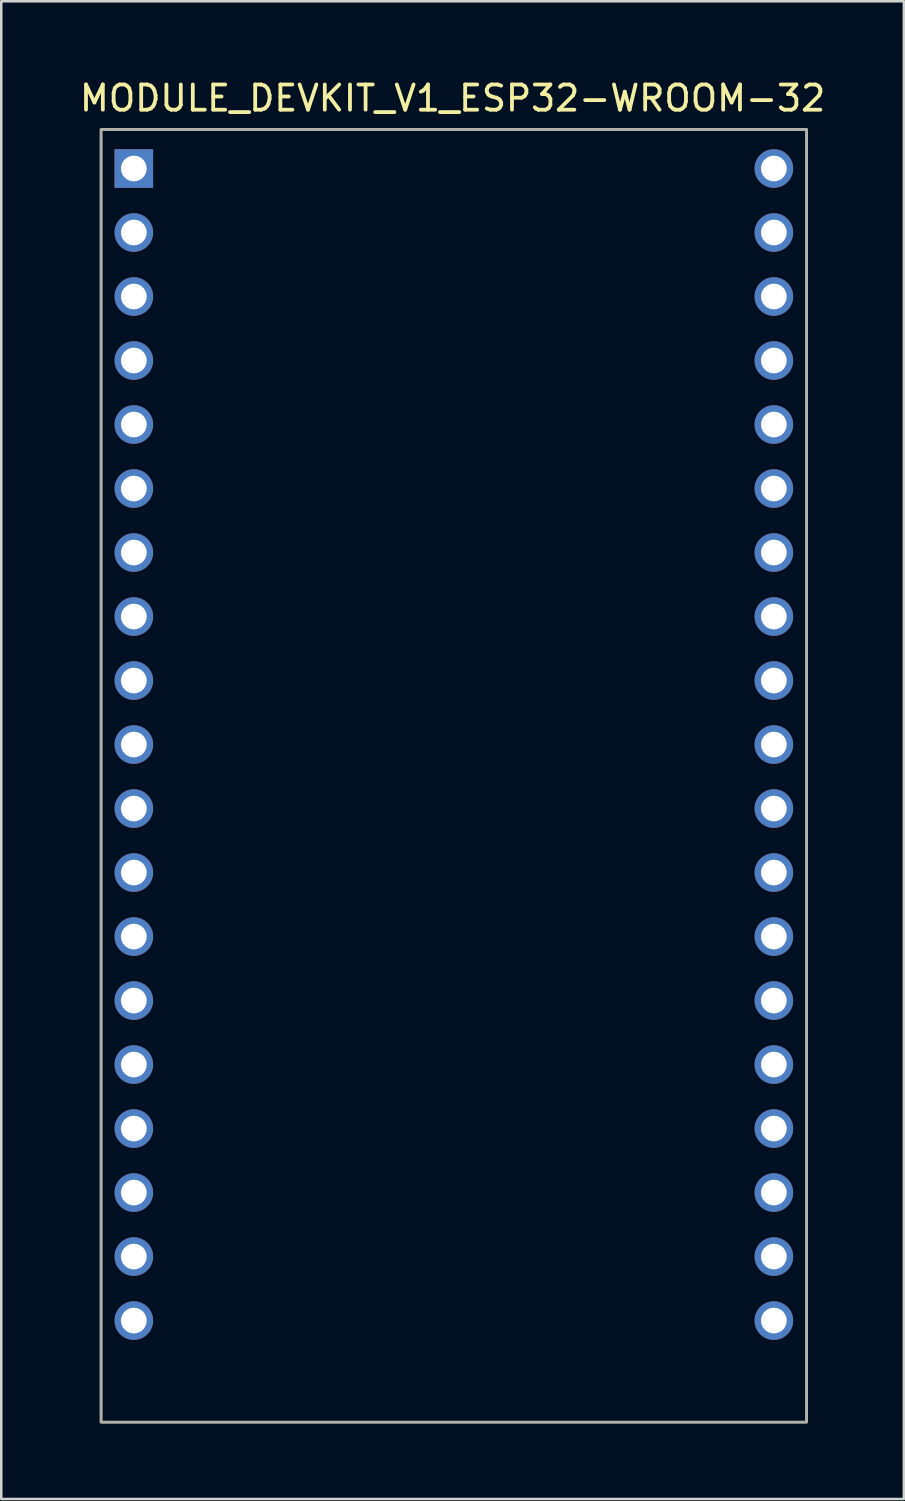
<source format=kicad_pcb>
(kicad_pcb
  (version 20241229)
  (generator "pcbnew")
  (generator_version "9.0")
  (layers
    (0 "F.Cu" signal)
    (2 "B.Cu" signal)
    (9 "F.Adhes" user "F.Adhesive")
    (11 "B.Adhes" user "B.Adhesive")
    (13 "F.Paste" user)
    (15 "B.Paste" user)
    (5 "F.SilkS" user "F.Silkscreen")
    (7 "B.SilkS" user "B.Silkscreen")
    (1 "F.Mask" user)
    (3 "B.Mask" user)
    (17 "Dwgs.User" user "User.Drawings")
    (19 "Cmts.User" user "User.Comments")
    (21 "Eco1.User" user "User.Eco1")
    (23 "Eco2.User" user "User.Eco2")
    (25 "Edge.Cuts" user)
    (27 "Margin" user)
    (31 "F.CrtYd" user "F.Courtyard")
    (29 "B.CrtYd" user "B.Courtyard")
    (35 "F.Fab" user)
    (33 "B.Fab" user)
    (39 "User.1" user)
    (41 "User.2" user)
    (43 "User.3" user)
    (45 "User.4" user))
  (footprint "MODULE_DEVKIT_V1_ESP32-WROOM-32"
    (layer "F.Cu")
    (at 14.961 23.198)
    (property "Reference" "MODULE_DEVKIT_V1_ESP32-WROOM-32" (at -0.05 -22.35 0) (layer "F.SilkS") (effects (font (size 1 1) (thickness 0.15))))
    (attr through_hole)
    (fp_rect (start -14 -21.11) (end 14 30.19) (stroke (width 0.1) (type solid)) (fill no) (layer "F.SilkS"))
    (fp_rect (start -14 -21.11) (end 14 30.19) (stroke (width 0.1) (type solid)) (fill no) (layer "F.Fab"))
    (pad "1" thru_hole rect (at -12.7 -19.56) (size 1.53 1.53) (drill 1.02) (layers "*.Cu" "*.Mask"))
    (pad "2" thru_hole circle (at -12.7 -17.02) (size 1.53 1.53) (drill 1.02) (layers "*.Cu" "*.Mask"))
    (pad "3" thru_hole circle (at -12.7 -14.48) (size 1.53 1.53) (drill 1.02) (layers "*.Cu" "*.Mask"))
    (pad "4" thru_hole circle (at -12.7 -11.94) (size 1.53 1.53) (drill 1.02) (layers "*.Cu" "*.Mask"))
    (pad "5" thru_hole circle (at -12.7 -9.4) (size 1.53 1.53) (drill 1.02) (layers "*.Cu" "*.Mask"))
    (pad "6" thru_hole circle (at -12.7 -6.86) (size 1.53 1.53) (drill 1.02) (layers "*.Cu" "*.Mask"))
    (pad "7" thru_hole circle (at -12.7 -4.32) (size 1.53 1.53) (drill 1.02) (layers "*.Cu" "*.Mask"))
    (pad "8" thru_hole circle (at -12.7 -1.78) (size 1.53 1.53) (drill 1.02) (layers "*.Cu" "*.Mask"))
    (pad "9" thru_hole circle (at -12.7 0.76) (size 1.53 1.53) (drill 1.02) (layers "*.Cu" "*.Mask"))
    (pad "10" thru_hole circle (at -12.7 3.3) (size 1.53 1.53) (drill 1.02) (layers "*.Cu" "*.Mask"))
    (pad "11" thru_hole circle (at -12.7 5.84) (size 1.53 1.53) (drill 1.02) (layers "*.Cu" "*.Mask"))
    (pad "12" thru_hole circle (at -12.7 8.38) (size 1.53 1.53) (drill 1.02) (layers "*.Cu" "*.Mask"))
    (pad "13" thru_hole circle (at -12.7 10.92) (size 1.53 1.53) (drill 1.02) (layers "*.Cu" "*.Mask"))
    (pad "14" thru_hole circle (at -12.7 13.46) (size 1.53 1.53) (drill 1.02) (layers "*.Cu" "*.Mask"))
    (pad "15" thru_hole circle (at -12.7 16) (size 1.53 1.53) (drill 1.02) (layers "*.Cu" "*.Mask"))
    (pad "16" thru_hole circle (at -12.7 18.54) (size 1.53 1.53) (drill 1.02) (layers "*.Cu" "*.Mask"))
    (pad "17" thru_hole circle (at -12.7 21.08) (size 1.53 1.53) (drill 1.02) (layers "*.Cu" "*.Mask"))
    (pad "18" thru_hole circle (at -12.7 23.62) (size 1.53 1.53) (drill 1.02) (layers "*.Cu" "*.Mask"))
    (pad "19" thru_hole circle (at -12.7 26.16) (size 1.53 1.53) (drill 1.02) (layers "*.Cu" "*.Mask"))
    (pad "20" thru_hole circle (at 12.7 26.16) (size 1.53 1.53) (drill 1.02) (layers "*.Cu" "*.Mask"))
    (pad "21" thru_hole circle (at 12.7 23.62) (size 1.53 1.53) (drill 1.02) (layers "*.Cu" "*.Mask"))
    (pad "22" thru_hole circle (at 12.7 21.08) (size 1.53 1.53) (drill 1.02) (layers "*.Cu" "*.Mask"))
    (pad "23" thru_hole circle (at 12.7 18.54) (size 1.53 1.53) (drill 1.02) (layers "*.Cu" "*.Mask"))
    (pad "24" thru_hole circle (at 12.7 16) (size 1.53 1.53) (drill 1.02) (layers "*.Cu" "*.Mask"))
    (pad "25" thru_hole circle (at 12.7 13.46) (size 1.53 1.53) (drill 1.02) (layers "*.Cu" "*.Mask"))
    (pad "26" thru_hole circle (at 12.7 10.92) (size 1.53 1.53) (drill 1.02) (layers "*.Cu" "*.Mask"))
    (pad "27" thru_hole circle (at 12.7 8.38) (size 1.53 1.53) (drill 1.02) (layers "*.Cu" "*.Mask"))
    (pad "28" thru_hole circle (at 12.7 5.84) (size 1.53 1.53) (drill 1.02) (layers "*.Cu" "*.Mask"))
    (pad "29" thru_hole circle (at 12.7 3.3) (size 1.53 1.53) (drill 1.02) (layers "*.Cu" "*.Mask"))
    (pad "30" thru_hole circle (at 12.7 0.76) (size 1.53 1.53) (drill 1.02) (layers "*.Cu" "*.Mask"))
    (pad "31" thru_hole circle (at 12.7 -1.78) (size 1.53 1.53) (drill 1.02) (layers "*.Cu" "*.Mask"))
    (pad "32" thru_hole circle (at 12.7 -4.32) (size 1.53 1.53) (drill 1.02) (layers "*.Cu" "*.Mask"))
    (pad "33" thru_hole circle (at 12.7 -6.86) (size 1.53 1.53) (drill 1.02) (layers "*.Cu" "*.Mask"))
    (pad "34" thru_hole circle (at 12.7 -9.4) (size 1.53 1.53) (drill 1.02) (layers "*.Cu" "*.Mask"))
    (pad "35" thru_hole circle (at 12.7 -11.94) (size 1.53 1.53) (drill 1.02) (layers "*.Cu" "*.Mask"))
    (pad "36" thru_hole circle (at 12.7 -14.48) (size 1.53 1.53) (drill 1.02) (layers "*.Cu" "*.Mask"))
    (pad "37" thru_hole circle (at 12.7 -17.02) (size 1.53 1.53) (drill 1.02) (layers "*.Cu" "*.Mask"))
    (pad "38" thru_hole circle (at 12.7 -19.56) (size 1.53 1.53) (drill 1.02) (layers "*.Cu" "*.Mask")))
  (gr_rect
    (start -3 -3)
    (end 32.821 56.438)
    (stroke (width 0.1) (type default))
    (fill no)
    (layer "Edge.Cuts")))
</source>
